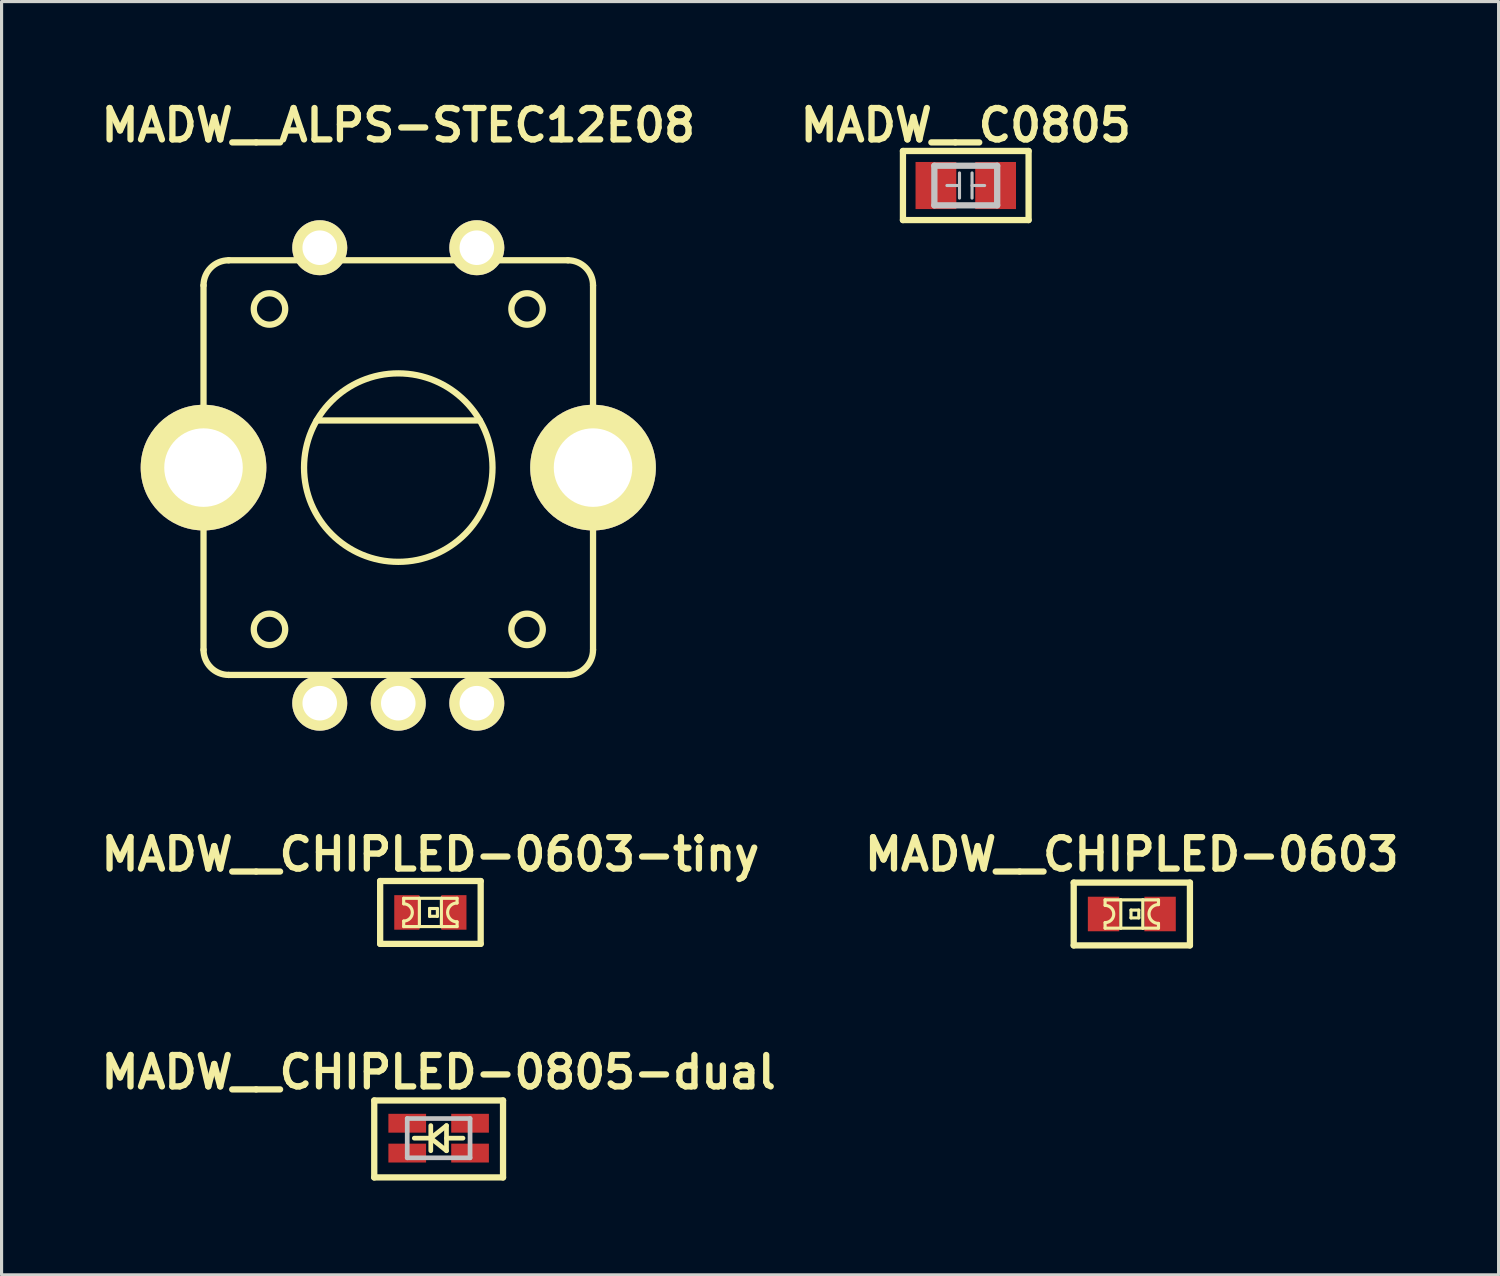
<source format=kicad_pcb>
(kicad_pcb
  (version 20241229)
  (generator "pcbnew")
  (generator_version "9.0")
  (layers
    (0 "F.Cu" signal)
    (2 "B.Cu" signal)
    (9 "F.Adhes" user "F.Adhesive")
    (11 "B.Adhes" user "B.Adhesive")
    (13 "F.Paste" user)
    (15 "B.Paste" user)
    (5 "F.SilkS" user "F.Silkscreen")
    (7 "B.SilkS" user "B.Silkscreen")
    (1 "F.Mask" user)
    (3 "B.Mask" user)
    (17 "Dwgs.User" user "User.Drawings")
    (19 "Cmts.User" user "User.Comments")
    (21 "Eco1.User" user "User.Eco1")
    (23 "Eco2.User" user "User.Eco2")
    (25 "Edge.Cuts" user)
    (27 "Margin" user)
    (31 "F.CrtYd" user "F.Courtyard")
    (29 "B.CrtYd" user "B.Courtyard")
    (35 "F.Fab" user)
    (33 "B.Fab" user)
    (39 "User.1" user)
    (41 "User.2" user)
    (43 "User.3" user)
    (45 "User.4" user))
  (footprint "MADW__ALPS-STEC12E08"
    (layer "F.Cu")
    (at 9.629 11.836)
    (property "Reference" "MADW__ALPS-STEC12E08" (at 0 -10.9 0) (layer "F.SilkS") (effects (font (size 1 1) (thickness 0.2))))
    (attr through_hole)
    (fp_line (start -6.2 5.8) (end -6.2 -5.8) (stroke (width 0.2) (type solid)) (layer "F.SilkS"))
    (fp_line (start -5.4 -6.6) (end 5.4 -6.6) (stroke (width 0.2) (type solid)) (layer "F.SilkS"))
    (fp_line (start -5.4 6.6) (end 5.4 6.6) (stroke (width 0.2) (type solid)) (layer "F.SilkS"))
    (fp_line (start -2.6 -1.5) (end 2.6 -1.5) (stroke (width 0.2) (type solid)) (layer "F.SilkS"))
    (fp_line (start 6.2 -5.8) (end 6.2 5.8) (stroke (width 0.2) (type solid)) (layer "F.SilkS"))
    (fp_arc (start -6.2 -5.8) (mid -5.965685 -6.365685) (end -5.4 -6.6) (stroke (width 0.2) (type solid)) (layer "F.SilkS"))
    (fp_arc (start -5.4 6.6) (mid -5.965685 6.365685) (end -6.2 5.8) (stroke (width 0.2) (type solid)) (layer "F.SilkS"))
    (fp_arc (start 5.4 -6.6) (mid 5.965685 -6.365685) (end 6.2 -5.8) (stroke (width 0.2) (type solid)) (layer "F.SilkS"))
    (fp_arc (start 6.2 5.8) (mid 5.965685 6.365685) (end 5.4 6.6) (stroke (width 0.2) (type solid)) (layer "F.SilkS"))
    (fp_circle (center -4.1 -5.05) (end -3.6 -5.05) (stroke (width 0.2) (type solid)) (fill no) (layer "F.SilkS"))
    (fp_circle (center -4.1 5.15) (end -3.6 5.15) (stroke (width 0.2) (type solid)) (fill no) (layer "F.SilkS"))
    (fp_circle (center 0 0) (end 3 0) (stroke (width 0.2) (type solid)) (fill no) (layer "F.SilkS"))
    (fp_circle (center 4.1 -5.05) (end 4.6 -5.05) (stroke (width 0.2) (type solid)) (fill no) (layer "F.SilkS"))
    (fp_circle (center 4.1 5.15) (end 4.6 5.15) (stroke (width 0.2) (type solid)) (fill no) (layer "F.SilkS"))
    (pad "A" thru_hole circle (at -2.5 7.5) (size 1.75 1.75) (drill 1.1) (layers "*.Cu" "*.Mask" "F.SilkS"))
    (pad "B" thru_hole circle (at 2.5 7.5) (size 1.75 1.75) (drill 1.1) (layers "*.Cu" "*.Mask" "F.SilkS"))
    (pad "C" thru_hole circle (at 0 7.5) (size 1.75 1.75) (drill 1.1) (layers "*.Cu" "*.Mask" "F.SilkS"))
    (pad "SW1" thru_hole circle (at -2.5 -7) (size 1.75 1.75) (drill 1.1) (layers "*.Cu" "*.Mask" "F.SilkS"))
    (pad "SW2" thru_hole circle (at 2.5 -7) (size 1.75 1.75) (drill 1.1) (layers "*.Cu" "*.Mask" "F.SilkS"))
    (pad "body" thru_hole oval (at -6.2 0) (size 4 4) (drill 2.5) (layers "*.Cu" "*.Mask" "F.SilkS"))
    (pad "body" thru_hole oval (at 6.2 0) (size 4 4) (drill 2.5) (layers "*.Cu" "*.Mask" "F.SilkS")))
  (footprint "MADW__CHIPLED-0603-tiny"
    (layer "F.Cu")
    (at 10.652 25.997)
    (property "Reference" "MADW__CHIPLED-0603-tiny" (at 0 -1.85 0) (layer "F.SilkS") (effects (font (size 1 1) (thickness 0.2))))
    (attr smd)
    (fp_line (start -1.6 -1) (end 1.6 -1) (stroke (width 0.2) (type solid)) (layer "F.SilkS"))
    (fp_line (start -1.6 1) (end -1.6 -1) (stroke (width 0.2) (type solid)) (layer "F.SilkS"))
    (fp_line (start -0.851 -0.45) (end -0.851 -0.275) (stroke (width 0.1) (type solid)) (layer "F.SilkS"))
    (fp_line (start -0.851 0.45) (end -0.851 0.275) (stroke (width 0.1) (type solid)) (layer "F.SilkS"))
    (fp_line (start -0.851 0.45) (end -0.351 0.45) (stroke (width 0.1) (type solid)) (layer "F.SilkS"))
    (fp_line (start -0.351 -0.45) (end -0.851 -0.45) (stroke (width 0.1) (type solid)) (layer "F.SilkS"))
    (fp_line (start -0.351 0.45) (end -0.351 -0.45) (stroke (width 0.1) (type solid)) (layer "F.SilkS"))
    (fp_line (start -0.351 0.45) (end 0.349 0.45) (stroke (width 0.1) (type solid)) (layer "F.SilkS"))
    (fp_line (start -0.026 -0.125) (end -0.026 0.124) (stroke (width 0.1) (type solid)) (layer "F.SilkS"))
    (fp_line (start -0.026 -0.125) (end 0.222 -0.125) (stroke (width 0.1) (type solid)) (layer "F.SilkS"))
    (fp_line (start -0.026 0.124) (end 0.222 0.124) (stroke (width 0.1) (type solid)) (layer "F.SilkS"))
    (fp_line (start 0.222 -0.125) (end 0.222 0.124) (stroke (width 0.1) (type solid)) (layer "F.SilkS"))
    (fp_line (start 0.349 -0.45) (end -0.351 -0.45) (stroke (width 0.1) (type solid)) (layer "F.SilkS"))
    (fp_line (start 0.349 -0.45) (end 0.349 0.45) (stroke (width 0.1) (type solid)) (layer "F.SilkS"))
    (fp_line (start 0.349 0.45) (end 0.849 0.45) (stroke (width 0.1) (type solid)) (layer "F.SilkS"))
    (fp_line (start 0.849 -0.45) (end 0.349 -0.45) (stroke (width 0.1) (type solid)) (layer "F.SilkS"))
    (fp_line (start 0.849 -0.3) (end 0.849 -0.45) (stroke (width 0.1) (type solid)) (layer "F.SilkS"))
    (fp_line (start 0.849 0.45) (end 0.849 0.3) (stroke (width 0.1) (type solid)) (layer "F.SilkS"))
    (fp_line (start 1.6 -1) (end 1.6 1) (stroke (width 0.2) (type solid)) (layer "F.SilkS"))
    (fp_line (start 1.6 1) (end -1.6 1) (stroke (width 0.2) (type solid)) (layer "F.SilkS"))
    (fp_arc (start -0.8494 -0.27454) (mid -0.57508 -0.00022) (end -0.8494 0.2741) (stroke (width 0.1) (type solid)) (layer "F.SilkS"))
    (fp_arc (start 0.84652 0.2995) (mid 0.5468 -0.00022) (end 0.84652 -0.29994) (stroke (width 0.1) (type solid)) (layer "F.SilkS"))
    (pad "1" smd rect (at -0.751 -0.00022) (size 0.8 1.1) (layers "F.Cu" "F.Mask" "F.Paste"))
    (pad "2" smd rect (at 0.748 -0.00022) (size 0.8 1.1) (layers "F.Cu" "F.Mask" "F.Paste")))
  (footprint "MADW__CHIPLED-0603"
    (layer "F.Cu")
    (at 32.981 26.047)
    (property "Reference" "MADW__CHIPLED-0603" (at 0 -1.9 0) (layer "F.SilkS") (effects (font (size 1 1) (thickness 0.2))))
    (attr smd)
    (fp_line (start -1.85 -1) (end -1.85 1) (stroke (width 0.2) (type solid)) (layer "F.SilkS"))
    (fp_line (start -1.85 -1) (end 1.85 -1) (stroke (width 0.2) (type solid)) (layer "F.SilkS"))
    (fp_line (start -0.851 -0.45) (end -0.851 -0.275) (stroke (width 0.1) (type solid)) (layer "F.SilkS"))
    (fp_line (start -0.851 0.45) (end -0.851 0.275) (stroke (width 0.1) (type solid)) (layer "F.SilkS"))
    (fp_line (start -0.851 0.45) (end -0.351 0.45) (stroke (width 0.1) (type solid)) (layer "F.SilkS"))
    (fp_line (start -0.351 -0.45) (end -0.851 -0.45) (stroke (width 0.1) (type solid)) (layer "F.SilkS"))
    (fp_line (start -0.351 0.45) (end -0.351 -0.45) (stroke (width 0.1) (type solid)) (layer "F.SilkS"))
    (fp_line (start -0.351 0.45) (end 0.349 0.45) (stroke (width 0.1) (type solid)) (layer "F.SilkS"))
    (fp_line (start -0.026 -0.125) (end -0.026 0.124) (stroke (width 0.1) (type solid)) (layer "F.SilkS"))
    (fp_line (start -0.026 -0.125) (end 0.222 -0.125) (stroke (width 0.1) (type solid)) (layer "F.SilkS"))
    (fp_line (start -0.026 0.124) (end 0.222 0.124) (stroke (width 0.1) (type solid)) (layer "F.SilkS"))
    (fp_line (start 0.222 -0.125) (end 0.222 0.124) (stroke (width 0.1) (type solid)) (layer "F.SilkS"))
    (fp_line (start 0.349 -0.45) (end -0.351 -0.45) (stroke (width 0.1) (type solid)) (layer "F.SilkS"))
    (fp_line (start 0.349 -0.45) (end 0.349 0.45) (stroke (width 0.1) (type solid)) (layer "F.SilkS"))
    (fp_line (start 0.349 0.45) (end 0.849 0.45) (stroke (width 0.1) (type solid)) (layer "F.SilkS"))
    (fp_line (start 0.849 -0.45) (end 0.349 -0.45) (stroke (width 0.1) (type solid)) (layer "F.SilkS"))
    (fp_line (start 0.849 -0.3) (end 0.849 -0.45) (stroke (width 0.1) (type solid)) (layer "F.SilkS"))
    (fp_line (start 0.849 0.45) (end 0.849 0.3) (stroke (width 0.1) (type solid)) (layer "F.SilkS"))
    (fp_line (start 1.85 -1) (end 1.85 1) (stroke (width 0.2) (type solid)) (layer "F.SilkS"))
    (fp_line (start 1.85 1) (end -1.85 1) (stroke (width 0.2) (type solid)) (layer "F.SilkS"))
    (fp_arc (start -0.8494 -0.27454) (mid -0.57508 -0.00022) (end -0.8494 0.2741) (stroke (width 0.1) (type solid)) (layer "F.SilkS"))
    (fp_arc (start 0.84652 0.2995) (mid 0.5468 -0.00022) (end 0.84652 -0.29994) (stroke (width 0.1) (type solid)) (layer "F.SilkS"))
    (pad "1" smd rect (at -0.9 0) (size 1 1.1) (layers "F.Cu" "F.Mask" "F.Paste"))
    (pad "2" smd rect (at 0.9 0) (size 1 1.1) (layers "F.Cu" "F.Mask" "F.Paste")))
  (footprint "MADW__CHIPLED-0805-dual"
    (layer "F.Cu")
    (at 10.914 33.183)
    (property "Reference" "MADW__CHIPLED-0805-dual" (at 0 -2.1 0) (layer "F.SilkS") (effects (font (size 1 1) (thickness 0.2))))
    (attr through_hole)
    (fp_line (start -2.05 -1.2) (end 2.05 -1.2) (stroke (width 0.2) (type solid)) (layer "F.SilkS"))
    (fp_line (start -2.05 1.25) (end -2.05 -1.2) (stroke (width 0.2) (type solid)) (layer "F.SilkS"))
    (fp_line (start -0.25 -0.4) (end -0.25 0.4) (stroke (width 0.15) (type solid)) (layer "F.SilkS"))
    (fp_line (start -0.25 0) (end -0.775 0) (stroke (width 0.15) (type solid)) (layer "F.SilkS"))
    (fp_line (start -0.25 0) (end 0.25 -0.4) (stroke (width 0.15) (type solid)) (layer "F.SilkS"))
    (fp_line (start 0.25 -0.4) (end 0.25 0.4) (stroke (width 0.15) (type solid)) (layer "F.SilkS"))
    (fp_line (start 0.25 0) (end 0.775 0) (stroke (width 0.15) (type solid)) (layer "F.SilkS"))
    (fp_line (start 0.25 0.4) (end -0.25 0) (stroke (width 0.15) (type solid)) (layer "F.SilkS"))
    (fp_line (start 2.05 -1.2) (end 2.05 1.25) (stroke (width 0.2) (type solid)) (layer "F.SilkS"))
    (fp_line (start 2.05 1.25) (end -2.05 1.25) (stroke (width 0.2) (type solid)) (layer "F.SilkS"))
    (fp_line (start -1 -0.625) (end 1 -0.625) (stroke (width 0.15) (type solid)) (layer "Dwgs.User"))
    (fp_line (start -1 0.625) (end -1 -0.625) (stroke (width 0.15) (type solid)) (layer "Dwgs.User"))
    (fp_line (start 1 -0.625) (end 1 0.625) (stroke (width 0.15) (type solid)) (layer "Dwgs.User"))
    (fp_line (start 1 0.625) (end -1 0.625) (stroke (width 0.15) (type solid)) (layer "Dwgs.User"))
    (pad "1" smd rect (at 1 -0.475) (size 1.2 0.6) (layers "F.Cu" "F.Mask" "F.Paste"))
    (pad "2" smd rect (at -1 -0.475) (size 1.2 0.6) (layers "F.Cu" "F.Mask" "F.Paste"))
    (pad "3" smd rect (at -1 0.475) (size 1.2 0.6) (layers "F.Cu" "F.Mask" "F.Paste"))
    (pad "4" smd rect (at 1 0.475) (size 1.2 0.6) (layers "F.Cu" "F.Mask" "F.Paste")))
  (footprint "MADW__C0805"
    (layer "F.Cu")
    (at 27.695 2.856)
    (property "Reference" "MADW__C0805" (at 0 -1.92 0) (layer "F.SilkS") (effects (font (size 1 1) (thickness 0.2))))
    (attr smd)
    (fp_line (start -2 1.1) (end -2 -1.1) (stroke (width 0.2) (type solid)) (layer "F.SilkS"))
    (fp_line (start 2 -1.1) (end -2 -1.1) (stroke (width 0.2) (type solid)) (layer "F.SilkS"))
    (fp_line (start 2 -1.1) (end 2 1.1) (stroke (width 0.2) (type solid)) (layer "F.SilkS"))
    (fp_line (start 2 1.1) (end -2 1.1) (stroke (width 0.2) (type solid)) (layer "F.SilkS"))
    (fp_line (start -1 -0.63) (end 1 -0.63) (stroke (width 0.2) (type solid)) (layer "Dwgs.User"))
    (fp_line (start -1 0.63) (end -1 -0.63) (stroke (width 0.2) (type solid)) (layer "Dwgs.User"))
    (fp_line (start -0.2 -0.4) (end -0.2 0.4) (stroke (width 0.1) (type solid)) (layer "Dwgs.User"))
    (fp_line (start -0.2 0) (end -0.6 0) (stroke (width 0.1) (type solid)) (layer "Dwgs.User"))
    (fp_line (start 0.2 -0.4) (end 0.2 0.4) (stroke (width 0.1) (type solid)) (layer "Dwgs.User"))
    (fp_line (start 0.2 0) (end 0.6 0) (stroke (width 0.1) (type solid)) (layer "Dwgs.User"))
    (fp_line (start 1 -0.63) (end 1 0.63) (stroke (width 0.2) (type solid)) (layer "Dwgs.User"))
    (fp_line (start 1 0.63) (end -1 0.63) (stroke (width 0.2) (type solid)) (layer "Dwgs.User"))
    (pad "1" smd rect (at -0.95 0) (size 1.298 1.499) (layers "F.Cu" "F.Mask" "F.Paste"))
    (pad "2" smd rect (at 0.95 0) (size 1.298 1.499) (layers "F.Cu" "F.Mask" "F.Paste")))
  (gr_rect
    (start -3 -3)
    (end 44.657 37.533)
    (stroke (width 0.1) (type default))
    (fill no)
    (layer "Edge.Cuts")))
</source>
